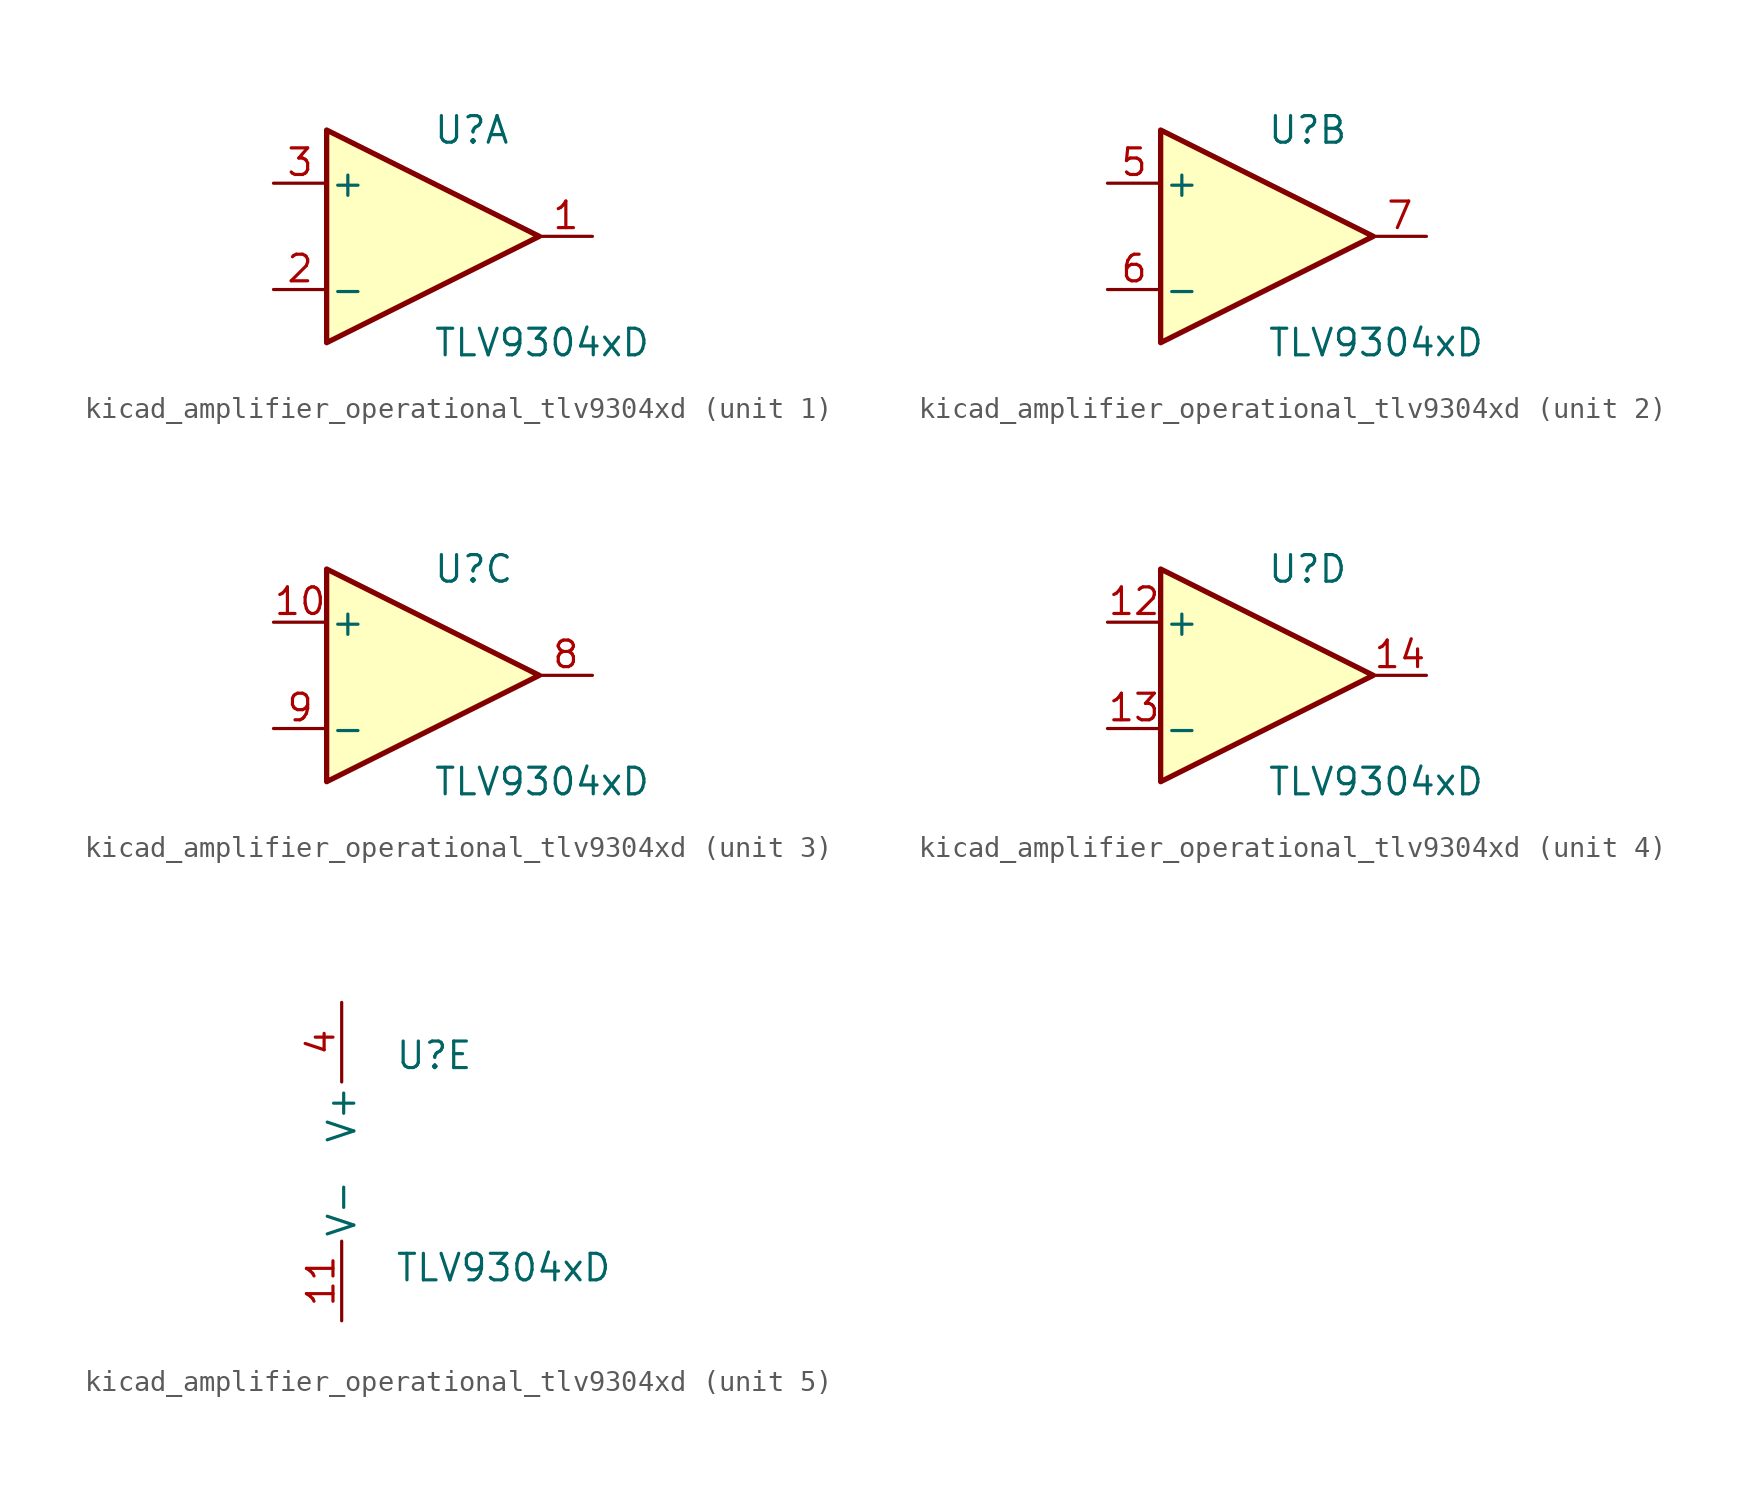
<source format=kicad_sym>
(kicad_symbol_lib
  (version 20220914)
  (generator kicad_symbol_editor)
  (symbol "kicad_amplifier_operational_tlv9304xd"
    (pin_names
      (offset 0.127))
    (property "Reference" "U"
      (at 0 5.08 0)
      (effects (font (size 1.27 1.27)) (justify left)))
    (property "Value" "TLV9304xD"
      (at 0 -5.08 0)
      (effects (font (size 1.27 1.27)) (justify left)))
    (property "ki_locked" ""
      (at 0 0 0)
      (effects (font (size 1.27 1.27))))
    (symbol "kicad_amplifier_operational_tlv9304xd_1_1"
      (polyline (pts (xy -5.08 5.08) (xy 5.08 0) (xy -5.08 -5.08) (xy -5.08 5.08)) (stroke (width 0.254) (type default)) (fill (type background)))
      (pin output line (at 7.62 0 180) (length 2.54) (name "~" (effects (font (size 1.27 1.27)))) (number "1" (effects (font (size 1.27 1.27)))))
      (pin input line (at -7.62 -2.54 0) (length 2.54) (name "-" (effects (font (size 1.27 1.27)))) (number "2" (effects (font (size 1.27 1.27)))))
      (pin input line (at -7.62 2.54 0) (length 2.54) (name "+" (effects (font (size 1.27 1.27)))) (number "3" (effects (font (size 1.27 1.27))))))
    (symbol "kicad_amplifier_operational_tlv9304xd_2_1"
      (polyline (pts (xy -5.08 5.08) (xy 5.08 0) (xy -5.08 -5.08) (xy -5.08 5.08)) (stroke (width 0.254) (type default)) (fill (type background)))
      (pin input line (at -7.62 2.54 0) (length 2.54) (name "+" (effects (font (size 1.27 1.27)))) (number "5" (effects (font (size 1.27 1.27)))))
      (pin input line (at -7.62 -2.54 0) (length 2.54) (name "-" (effects (font (size 1.27 1.27)))) (number "6" (effects (font (size 1.27 1.27)))))
      (pin output line (at 7.62 0 180) (length 2.54) (name "~" (effects (font (size 1.27 1.27)))) (number "7" (effects (font (size 1.27 1.27))))))
    (symbol "kicad_amplifier_operational_tlv9304xd_3_1"
      (polyline (pts (xy -5.08 5.08) (xy 5.08 0) (xy -5.08 -5.08) (xy -5.08 5.08)) (stroke (width 0.254) (type default)) (fill (type background)))
      (pin input line (at -7.62 2.54 0) (length 2.54) (name "+" (effects (font (size 1.27 1.27)))) (number "10" (effects (font (size 1.27 1.27)))))
      (pin output line (at 7.62 0 180) (length 2.54) (name "~" (effects (font (size 1.27 1.27)))) (number "8" (effects (font (size 1.27 1.27)))))
      (pin input line (at -7.62 -2.54 0) (length 2.54) (name "-" (effects (font (size 1.27 1.27)))) (number "9" (effects (font (size 1.27 1.27))))))
    (symbol "kicad_amplifier_operational_tlv9304xd_4_1"
      (polyline (pts (xy -5.08 5.08) (xy 5.08 0) (xy -5.08 -5.08) (xy -5.08 5.08)) (stroke (width 0.254) (type default)) (fill (type background)))
      (pin input line (at -7.62 2.54 0) (length 2.54) (name "+" (effects (font (size 1.27 1.27)))) (number "12" (effects (font (size 1.27 1.27)))))
      (pin input line (at -7.62 -2.54 0) (length 2.54) (name "-" (effects (font (size 1.27 1.27)))) (number "13" (effects (font (size 1.27 1.27)))))
      (pin output line (at 7.62 0 180) (length 2.54) (name "~" (effects (font (size 1.27 1.27)))) (number "14" (effects (font (size 1.27 1.27))))))
    (symbol "kicad_amplifier_operational_tlv9304xd_5_1"
      (pin power_in line (at -2.54 -7.62 90) (length 3.81) (name "V-" (effects (font (size 1.27 1.27)))) (number "11" (effects (font (size 1.27 1.27)))))
      (pin power_in line (at -2.54 7.62 270) (length 3.81) (name "V+" (effects (font (size 1.27 1.27)))) (number "4" (effects (font (size 1.27 1.27))))))))
</source>
